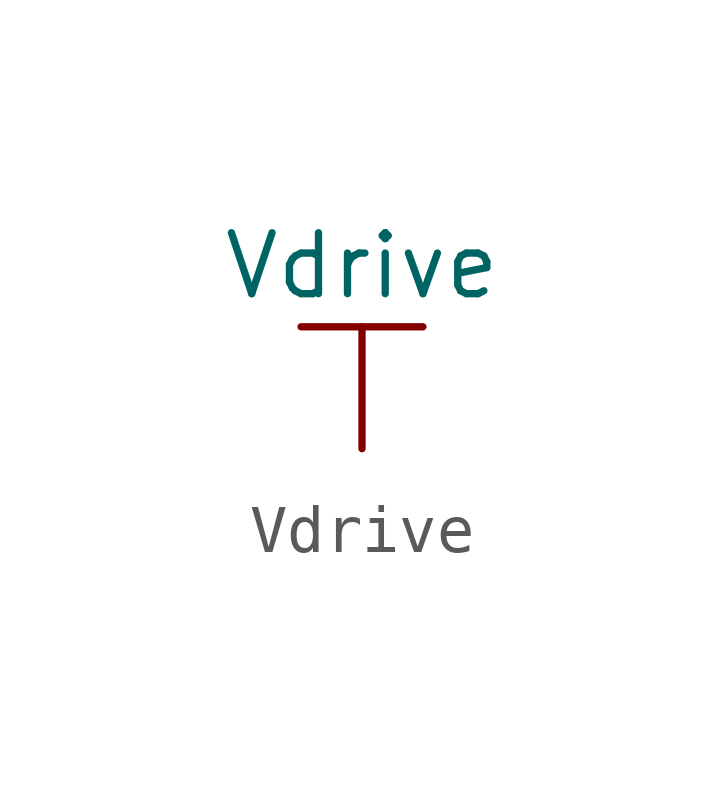
<source format=kicad_sym>
(kicad_symbol_lib
  (version 20220914)
  (generator kicad_symbol_editor)
  (symbol "Vdrive"
    (power)
    (pin_names
      (offset 0))
    (property "Reference" "#PWR"
      (at -5.08 -3.81 0)
      (effects (font (size 1.27 1.27)) hide))
    (property "Value" "Vdrive"
      (at 0 3.81 0)
      (effects (font (size 1.27 1.27))))
    (symbol "Vdrive_1_1"
      (polyline (pts (xy -1.27 2.54) (xy 1.27 2.54)) (stroke (width 0) (type solid)) (fill (type none)))
      (polyline (pts (xy 0 0) (xy 0 2.54)) (stroke (width 0) (type solid)) (fill (type none)))
      (pin power_in line (at 0 0 90) (length 0) hide (name "Vdrive" (effects (font (size 1.27 1.27)))) (number "1" (effects (font (size 1.27 1.27))))))))
</source>
